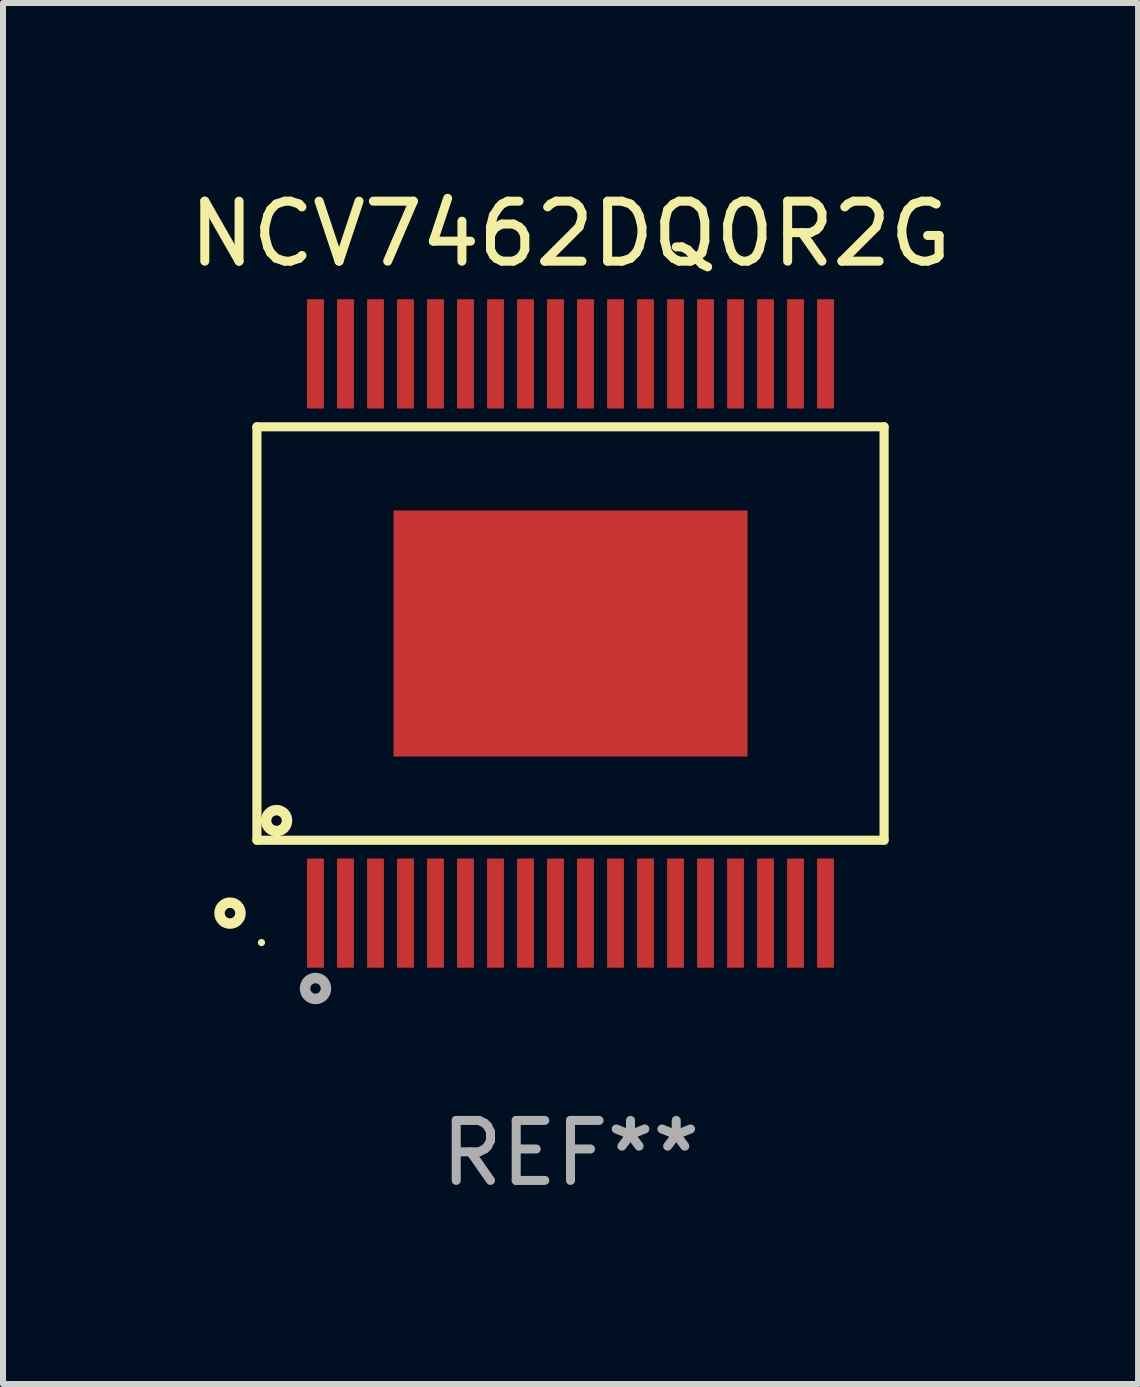
<source format=kicad_pcb>
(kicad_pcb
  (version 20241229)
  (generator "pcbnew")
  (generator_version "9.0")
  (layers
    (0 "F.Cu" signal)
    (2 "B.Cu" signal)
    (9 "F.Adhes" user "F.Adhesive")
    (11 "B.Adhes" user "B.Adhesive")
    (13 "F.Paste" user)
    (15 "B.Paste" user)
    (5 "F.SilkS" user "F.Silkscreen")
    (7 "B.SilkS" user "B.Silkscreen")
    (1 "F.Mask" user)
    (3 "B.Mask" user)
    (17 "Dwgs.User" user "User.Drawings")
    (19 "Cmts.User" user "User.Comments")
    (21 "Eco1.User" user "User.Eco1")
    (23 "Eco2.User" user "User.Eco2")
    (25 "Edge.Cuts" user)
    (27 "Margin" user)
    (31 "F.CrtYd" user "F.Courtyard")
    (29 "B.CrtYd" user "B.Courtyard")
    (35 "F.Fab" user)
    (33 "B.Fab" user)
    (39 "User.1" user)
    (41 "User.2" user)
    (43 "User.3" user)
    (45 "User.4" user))
  (footprint "NCV7462DQ0R2G"
    (layer "F.Cu")
    (at 6.458 7.508)
    (property "Reference" "NCV7462DQ0R2G" (at 0 -6.66 0) (layer "F.SilkS") (effects (font (size 1 1) (thickness 0.15))))
    (attr through_hole)
    (fp_line (start -5.226 -3.445) (end 5.226 -3.445) (stroke (width 0.152) (type solid)) (layer "F.SilkS"))
    (fp_line (start -5.226 3.445) (end -5.226 -3.445) (stroke (width 0.152) (type solid)) (layer "F.SilkS"))
    (fp_line (start 5.226 -3.445) (end 5.226 3.445) (stroke (width 0.152) (type solid)) (layer "F.SilkS"))
    (fp_line (start 5.226 3.445) (end -5.226 3.445) (stroke (width 0.152) (type solid)) (layer "F.SilkS"))
    (fp_circle (center -5.675 4.66) (end -5.588 4.66) (stroke (width 0.175) (type solid)) (fill no) (layer "F.SilkS"))
    (fp_circle (center -5.15 5.15) (end -5.12 5.15) (stroke (width 0.06) (type solid)) (fill no) (layer "F.SilkS"))
    (fp_circle (center -4.899 3.118) (end -4.812 3.118) (stroke (width 0.175) (type solid)) (fill no) (layer "F.SilkS"))
    (fp_circle (center -4.25 5.916) (end -4.163 5.916) (stroke (width 0.175) (type solid)) (fill no) (layer "F.Fab"))
    (fp_text user "REF**" (at 0 8.66 0) (layer "F.Fab") (effects (font (size 1 1) (thickness 0.15))))
    (pad "1" smd rect (at -4.25 4.66) (size 0.28 1.82) (layers "F.Cu" "F.Mask" "F.Paste"))
    (pad "2" smd rect (at -3.75 4.66) (size 0.28 1.82) (layers "F.Cu" "F.Mask" "F.Paste"))
    (pad "3" smd rect (at -3.25 4.66) (size 0.28 1.82) (layers "F.Cu" "F.Mask" "F.Paste"))
    (pad "4" smd rect (at -2.75 4.66) (size 0.28 1.82) (layers "F.Cu" "F.Mask" "F.Paste"))
    (pad "5" smd rect (at -2.25 4.66) (size 0.28 1.82) (layers "F.Cu" "F.Mask" "F.Paste"))
    (pad "6" smd rect (at -1.75 4.66) (size 0.28 1.82) (layers "F.Cu" "F.Mask" "F.Paste"))
    (pad "7" smd rect (at -1.25 4.66) (size 0.28 1.82) (layers "F.Cu" "F.Mask" "F.Paste"))
    (pad "8" smd rect (at -0.75 4.66) (size 0.28 1.82) (layers "F.Cu" "F.Mask" "F.Paste"))
    (pad "9" smd rect (at -0.25 4.66) (size 0.28 1.82) (layers "F.Cu" "F.Mask" "F.Paste"))
    (pad "10" smd rect (at 0.25 4.66) (size 0.28 1.82) (layers "F.Cu" "F.Mask" "F.Paste"))
    (pad "11" smd rect (at 0.75 4.66) (size 0.28 1.82) (layers "F.Cu" "F.Mask" "F.Paste"))
    (pad "12" smd rect (at 1.25 4.66) (size 0.28 1.82) (layers "F.Cu" "F.Mask" "F.Paste"))
    (pad "13" smd rect (at 1.75 4.66) (size 0.28 1.82) (layers "F.Cu" "F.Mask" "F.Paste"))
    (pad "14" smd rect (at 2.25 4.66) (size 0.28 1.82) (layers "F.Cu" "F.Mask" "F.Paste"))
    (pad "15" smd rect (at 2.75 4.66) (size 0.28 1.82) (layers "F.Cu" "F.Mask" "F.Paste"))
    (pad "16" smd rect (at 3.25 4.66) (size 0.28 1.82) (layers "F.Cu" "F.Mask" "F.Paste"))
    (pad "17" smd rect (at 3.75 4.66) (size 0.28 1.82) (layers "F.Cu" "F.Mask" "F.Paste"))
    (pad "18" smd rect (at 4.25 4.66) (size 0.28 1.82) (layers "F.Cu" "F.Mask" "F.Paste"))
    (pad "19" smd rect (at 4.25 -4.66) (size 0.28 1.82) (layers "F.Cu" "F.Mask" "F.Paste"))
    (pad "20" smd rect (at 3.75 -4.66) (size 0.28 1.82) (layers "F.Cu" "F.Mask" "F.Paste"))
    (pad "21" smd rect (at 3.25 -4.66) (size 0.28 1.82) (layers "F.Cu" "F.Mask" "F.Paste"))
    (pad "22" smd rect (at 2.75 -4.66) (size 0.28 1.82) (layers "F.Cu" "F.Mask" "F.Paste"))
    (pad "23" smd rect (at 2.25 -4.66) (size 0.28 1.82) (layers "F.Cu" "F.Mask" "F.Paste"))
    (pad "24" smd rect (at 1.75 -4.66) (size 0.28 1.82) (layers "F.Cu" "F.Mask" "F.Paste"))
    (pad "25" smd rect (at 1.25 -4.66) (size 0.28 1.82) (layers "F.Cu" "F.Mask" "F.Paste"))
    (pad "26" smd rect (at 0.75 -4.66) (size 0.28 1.82) (layers "F.Cu" "F.Mask" "F.Paste"))
    (pad "27" smd rect (at 0.25 -4.66) (size 0.28 1.82) (layers "F.Cu" "F.Mask" "F.Paste"))
    (pad "28" smd rect (at -0.25 -4.66) (size 0.28 1.82) (layers "F.Cu" "F.Mask" "F.Paste"))
    (pad "29" smd rect (at -0.75 -4.66) (size 0.28 1.82) (layers "F.Cu" "F.Mask" "F.Paste"))
    (pad "30" smd rect (at -1.25 -4.66) (size 0.28 1.82) (layers "F.Cu" "F.Mask" "F.Paste"))
    (pad "31" smd rect (at -1.75 -4.66) (size 0.28 1.82) (layers "F.Cu" "F.Mask" "F.Paste"))
    (pad "32" smd rect (at -2.25 -4.66) (size 0.28 1.82) (layers "F.Cu" "F.Mask" "F.Paste"))
    (pad "33" smd rect (at -2.75 -4.66) (size 0.28 1.82) (layers "F.Cu" "F.Mask" "F.Paste"))
    (pad "34" smd rect (at -3.25 -4.66) (size 0.28 1.82) (layers "F.Cu" "F.Mask" "F.Paste"))
    (pad "35" smd rect (at -3.75 -4.66) (size 0.28 1.82) (layers "F.Cu" "F.Mask" "F.Paste"))
    (pad "36" smd rect (at -4.25 -4.66) (size 0.28 1.82) (layers "F.Cu" "F.Mask" "F.Paste"))
    (pad "37" smd rect (at -0.000013 0) (size 5.9 4.1) (layers "F.Cu" "F.Mask" "F.Paste")))
  (gr_rect
    (start -3 -3)
    (end 15.917 20.016)
    (stroke (width 0.1) (type default))
    (fill no)
    (layer "Edge.Cuts")))
</source>
